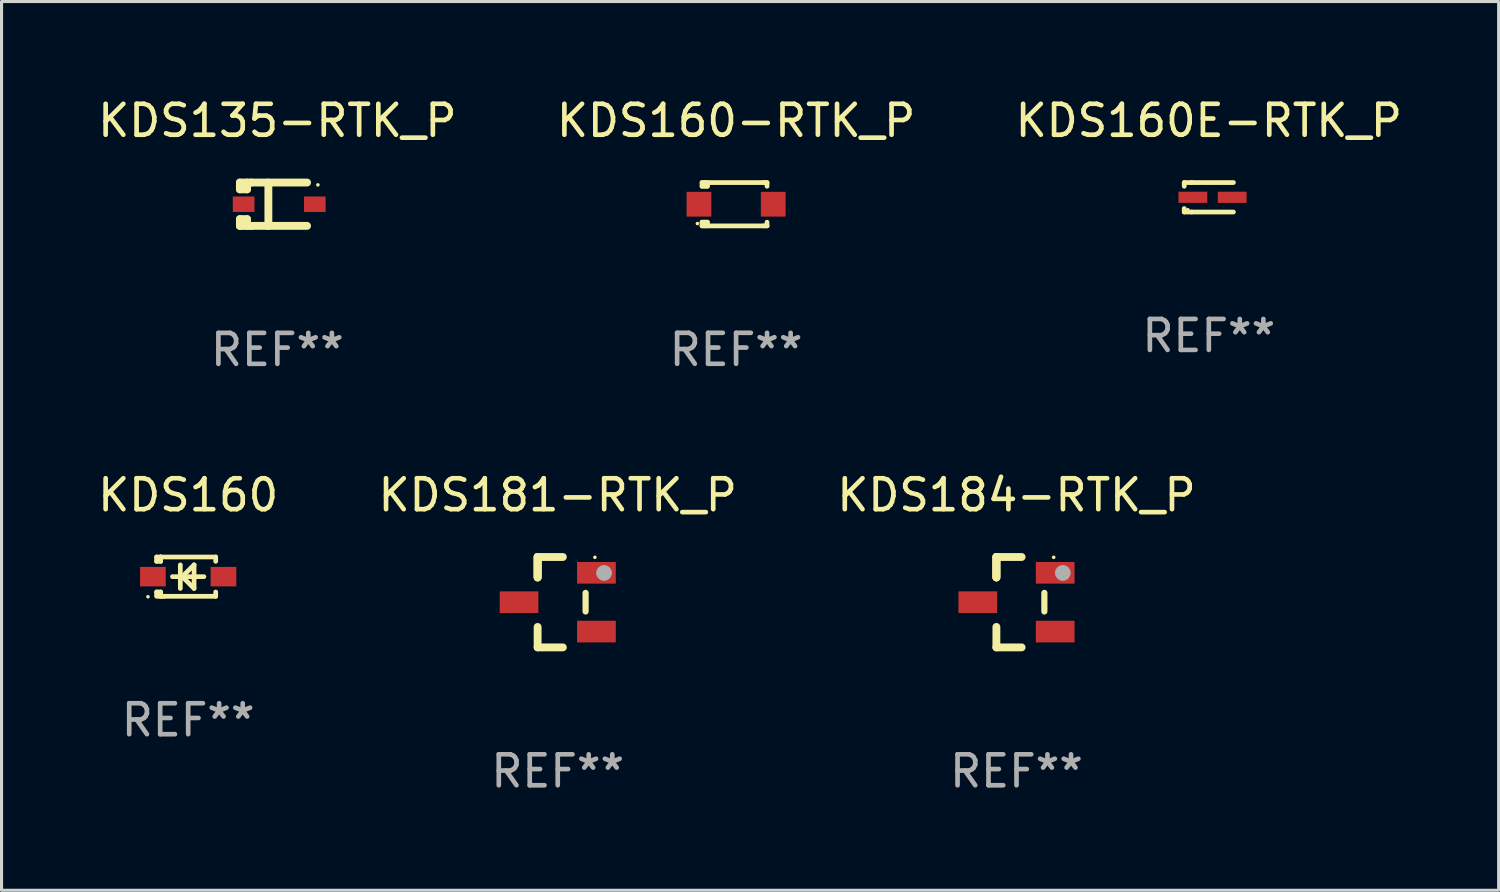
<source format=kicad_pcb>
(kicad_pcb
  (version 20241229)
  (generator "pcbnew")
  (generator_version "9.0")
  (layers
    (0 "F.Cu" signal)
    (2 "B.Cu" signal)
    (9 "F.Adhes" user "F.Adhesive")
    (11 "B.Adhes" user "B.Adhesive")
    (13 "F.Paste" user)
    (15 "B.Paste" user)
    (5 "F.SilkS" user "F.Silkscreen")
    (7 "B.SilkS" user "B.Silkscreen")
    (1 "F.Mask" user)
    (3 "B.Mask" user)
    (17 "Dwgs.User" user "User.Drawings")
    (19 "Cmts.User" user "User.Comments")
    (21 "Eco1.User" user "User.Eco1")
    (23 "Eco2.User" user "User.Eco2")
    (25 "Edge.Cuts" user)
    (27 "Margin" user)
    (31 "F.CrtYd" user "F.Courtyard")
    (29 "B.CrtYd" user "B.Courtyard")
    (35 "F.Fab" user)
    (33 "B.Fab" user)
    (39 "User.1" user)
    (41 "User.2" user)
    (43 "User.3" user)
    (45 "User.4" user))
  (footprint "KDS135-RTK_P"
    (layer "F.Cu")
    (at 5.911 3.549)
    (property "Reference" "KDS135-RTK_P" (at 0 -2.701 0) (layer "F.SilkS") (effects (font (size 1 1) (thickness 0.15))))
    (attr through_hole)
    (fp_line (start -1.21 -0.701) (end -1.21 -0.482) (stroke (width 0.254) (type solid)) (layer "F.SilkS"))
    (fp_line (start -1.21 0.48) (end -1.21 0.701) (stroke (width 0.254) (type solid)) (layer "F.SilkS"))
    (fp_line (start -1.21 0.48) (end -0.98 0.48) (stroke (width 0.254) (type solid)) (layer "F.SilkS"))
    (fp_line (start -1.21 0.701) (end -0.839 0.701) (stroke (width 0.254) (type solid)) (layer "F.SilkS"))
    (fp_line (start -0.98 -0.701) (end -0.98 -0.482) (stroke (width 0.254) (type solid)) (layer "F.SilkS"))
    (fp_line (start -0.98 -0.482) (end -1.21 -0.482) (stroke (width 0.254) (type solid)) (layer "F.SilkS"))
    (fp_line (start -0.98 0.481) (end -0.98 0.701) (stroke (width 0.254) (type solid)) (layer "F.SilkS"))
    (fp_line (start -0.84 -0.701) (end -1.21 -0.701) (stroke (width 0.254) (type solid)) (layer "F.SilkS"))
    (fp_line (start -0.84 -0.701) (end 0.96 -0.701) (stroke (width 0.254) (type solid)) (layer "F.SilkS"))
    (fp_line (start -0.84 0.699) (end 0.96 0.699) (stroke (width 0.254) (type solid)) (layer "F.SilkS"))
    (fp_line (start -0.29 0.699) (end -0.29 -0.701) (stroke (width 0.254) (type solid)) (layer "F.SilkS"))
    (fp_circle (center 1.31 -0.626) (end 1.34 -0.626) (stroke (width 0.06) (type solid)) (fill no) (layer "F.SilkS"))
    (fp_text user "REF**" (at 0 4.701 0) (layer "F.Fab") (effects (font (size 1 1) (thickness 0.15))))
    (pad "1" smd rect (at 1.21 -0.001 180) (size 0.7 0.5) (layers "F.Cu" "F.Mask" "F.Paste"))
    (pad "2" smd rect (at -1.09 -0.001 180) (size 0.7 0.5) (layers "F.Cu" "F.Mask" "F.Paste")))
  (footprint "KDS160-RTK_P"
    (layer "F.Cu")
    (at 20.732 3.548)
    (property "Reference" "KDS160-RTK_P" (at 0 -2.7 0) (layer "F.SilkS") (effects (font (size 1 1) (thickness 0.15))))
    (attr through_hole)
    (fp_line (start -1.1 -0.7) (end -1.1 -0.58) (stroke (width 0.152) (type solid)) (layer "F.SilkS"))
    (fp_line (start -1.1 0.58) (end -1.1 0.7) (stroke (width 0.152) (type solid)) (layer "F.SilkS"))
    (fp_line (start -1.1 0.58) (end -0.927 0.58) (stroke (width 0.152) (type solid)) (layer "F.SilkS"))
    (fp_line (start -1.1 0.7) (end 0.9 0.7) (stroke (width 0.152) (type solid)) (layer "F.SilkS"))
    (fp_line (start -1.014 -0.58) (end -1.014 -0.7) (stroke (width 0.152) (type solid)) (layer "F.SilkS"))
    (fp_line (start -1.014 0.7) (end -1.014 0.58) (stroke (width 0.152) (type solid)) (layer "F.SilkS"))
    (fp_line (start -0.927 -0.7) (end -0.927 -0.58) (stroke (width 0.152) (type solid)) (layer "F.SilkS"))
    (fp_line (start -0.927 -0.58) (end -1.1 -0.58) (stroke (width 0.152) (type solid)) (layer "F.SilkS"))
    (fp_line (start -0.927 0.58) (end -0.927 0.7) (stroke (width 0.152) (type solid)) (layer "F.SilkS"))
    (fp_line (start 0.9 -0.7) (end -1.1 -0.7) (stroke (width 0.152) (type solid)) (layer "F.SilkS"))
    (fp_line (start 0.9 0.7) (end 1 0.7) (stroke (width 0.152) (type solid)) (layer "F.SilkS"))
    (fp_line (start 1 -0.7) (end 0.9 -0.7) (stroke (width 0.152) (type solid)) (layer "F.SilkS"))
    (fp_line (start 1 -0.58) (end 1 -0.7) (stroke (width 0.152) (type solid)) (layer "F.SilkS"))
    (fp_line (start 1 0.7) (end 1 0.58) (stroke (width 0.152) (type solid)) (layer "F.SilkS"))
    (fp_circle (center -1.25 0.625) (end -1.22 0.625) (stroke (width 0.06) (type solid)) (fill no) (layer "F.SilkS"))
    (fp_text user "REF**" (at 0 4.7 0) (layer "F.Fab") (effects (font (size 1 1) (thickness 0.15))))
    (pad "1" smd rect (at -1.2 0) (size 0.8 0.8) (layers "F.Cu" "F.Mask" "F.Paste"))
    (pad "2" smd rect (at 1.2 0) (size 0.8 0.8) (layers "F.Cu" "F.Mask" "F.Paste")))
  (footprint "KDS160"
    (layer "F.Cu")
    (at 3.03 15.581)
    (property "Reference" "KDS160" (at 0 -2.635 0) (layer "F.SilkS") (effects (font (size 1 1) (thickness 0.15))))
    (attr through_hole)
    (fp_line (start -1.02 -0.635) (end -1.02 -0.495) (stroke (width 0.152) (type solid)) (layer "F.SilkS"))
    (fp_line (start -1.02 -0.495) (end -0.889 -0.495) (stroke (width 0.152) (type solid)) (layer "F.SilkS"))
    (fp_line (start -1.02 0.495) (end -1.02 0.62) (stroke (width 0.152) (type solid)) (layer "F.SilkS"))
    (fp_line (start -1.02 0.495) (end -0.889 0.495) (stroke (width 0.152) (type solid)) (layer "F.SilkS"))
    (fp_line (start -0.889 -0.635) (end -1.02 -0.635) (stroke (width 0.152) (type solid)) (layer "F.SilkS"))
    (fp_line (start -0.889 -0.635) (end -0.889 -0.595) (stroke (width 0.152) (type solid)) (layer "F.SilkS"))
    (fp_line (start -0.889 -0.635) (end 0.889 -0.635) (stroke (width 0.152) (type solid)) (layer "F.SilkS"))
    (fp_line (start -0.889 -0.495) (end -0.889 -0.635) (stroke (width 0.152) (type solid)) (layer "F.SilkS"))
    (fp_line (start -0.889 0.595) (end -0.889 0.495) (stroke (width 0.152) (type solid)) (layer "F.SilkS"))
    (fp_line (start -0.889 0.595) (end -0.889 0.635) (stroke (width 0.152) (type solid)) (layer "F.SilkS"))
    (fp_line (start -0.889 0.635) (end 0.889 0.635) (stroke (width 0.152) (type solid)) (layer "F.SilkS"))
    (fp_line (start -0.776 0.635) (end -1.014 0.635) (stroke (width 0.152) (type solid)) (layer "F.SilkS"))
    (fp_line (start -0.254 -0.381) (end -0.254 0.381) (stroke (width 0.152) (type solid)) (layer "F.SilkS"))
    (fp_line (start -0.191 0) (end 0.19 -0.381) (stroke (width 0.152) (type solid)) (layer "F.SilkS"))
    (fp_line (start 0.19 -0.381) (end 0.19 0.381) (stroke (width 0.152) (type solid)) (layer "F.SilkS"))
    (fp_line (start 0.19 0.381) (end -0.191 0) (stroke (width 0.152) (type solid)) (layer "F.SilkS"))
    (fp_line (start 0.508 0) (end -0.508 0) (stroke (width 0.152) (type solid)) (layer "F.SilkS"))
    (fp_line (start 0.889 -0.635) (end 0.889 -0.495) (stroke (width 0.152) (type solid)) (layer "F.SilkS"))
    (fp_line (start 0.889 0.495) (end 0.889 0.635) (stroke (width 0.152) (type solid)) (layer "F.SilkS"))
    (fp_circle (center -1.3 0.65) (end -1.27 0.65) (stroke (width 0.06) (type solid)) (fill no) (layer "F.SilkS"))
    (fp_text user "REF**" (at 0 4.635 0) (layer "F.Fab") (effects (font (size 1 1) (thickness 0.15))))
    (pad "1" smd rect (at -1.14 0 90) (size 0.63 0.83) (layers "F.Cu" "F.Mask" "F.Paste"))
    (pad "2" smd rect (at 1.14 0 90) (size 0.63 0.83) (layers "F.Cu" "F.Mask" "F.Paste")))
  (footprint "KDS160E-RTK_P"
    (layer "F.Cu")
    (at 36.006 3.324)
    (property "Reference" "KDS160E-RTK_P" (at 0 -2.476 0) (layer "F.SilkS") (effects (font (size 1 1) (thickness 0.15))))
    (attr through_hole)
    (fp_line (start -0.795 -0.476) (end -0.795 -0.356) (stroke (width 0.152) (type solid)) (layer "F.SilkS"))
    (fp_line (start -0.795 0.363) (end -0.795 0.476) (stroke (width 0.152) (type solid)) (layer "F.SilkS"))
    (fp_line (start -0.795 0.476) (end -0.557 0.476) (stroke (width 0.152) (type solid)) (layer "F.SilkS"))
    (fp_line (start -0.557 -0.476) (end -0.795 -0.476) (stroke (width 0.152) (type solid)) (layer "F.SilkS"))
    (fp_line (start -0.557 -0.476) (end 0.795 -0.476) (stroke (width 0.152) (type solid)) (layer "F.SilkS"))
    (fp_line (start -0.557 0.476) (end 0.795 0.476) (stroke (width 0.152) (type solid)) (layer "F.SilkS"))
    (fp_circle (center -0.681 0.4) (end -0.651 0.4) (stroke (width 0.06) (type solid)) (fill no) (layer "F.SilkS"))
    (fp_text user "REF**" (at 0 4.476 0) (layer "F.Fab") (effects (font (size 1 1) (thickness 0.15))))
    (pad "1" smd rect (at -0.516 0 180) (size 0.93 0.36) (layers "F.Cu" "F.Mask" "F.Paste"))
    (pad "2" smd rect (at 0.754 0 180) (size 0.93 0.36) (layers "F.Cu" "F.Mask" "F.Paste")))
  (footprint "KDS184-RTK_P"
    (layer "F.Cu")
    (at 29.792 16.406)
    (property "Reference" "KDS184-RTK_P" (at 0 -3.46 0) (layer "F.SilkS") (effects (font (size 1 1) (thickness 0.15))))
    (attr through_hole)
    (fp_line (start -0.65 -1.46) (end -0.65 -0.8) (stroke (width 0.254) (type solid)) (layer "F.SilkS"))
    (fp_line (start -0.65 -1.46) (end 0.165 -1.46) (stroke (width 0.254) (type solid)) (layer "F.SilkS"))
    (fp_line (start -0.65 -0.8) (end -0.65 -1.46) (stroke (width 0.254) (type solid)) (layer "F.SilkS"))
    (fp_line (start -0.65 -0.8) (end -0.65 -1.46) (stroke (width 0.254) (type solid)) (layer "F.SilkS"))
    (fp_line (start -0.65 1.46) (end -0.65 0.8) (stroke (width 0.254) (type solid)) (layer "F.SilkS"))
    (fp_line (start 0.165 1.46) (end -0.65 1.46) (stroke (width 0.254) (type solid)) (layer "F.SilkS"))
    (fp_line (start 0.9 0.3) (end 0.9 -0.3) (stroke (width 0.2) (type solid)) (layer "F.SilkS"))
    (fp_circle (center 1.2 -1.45) (end 1.23 -1.45) (stroke (width 0.06) (type solid)) (fill no) (layer "F.SilkS"))
    (fp_circle (center 1.496 -0.945) (end 1.623 -0.945) (stroke (width 0.254) (type solid)) (fill no) (layer "F.Fab"))
    (fp_text user "REF**" (at 0 5.46 0) (layer "F.Fab") (effects (font (size 1 1) (thickness 0.15))))
    (pad "1" smd rect (at 1.25 -0.95 270) (size 0.7 1.25) (layers "F.Cu" "F.Mask" "F.Paste"))
    (pad "2" smd rect (at 1.25 0.95 270) (size 0.7 1.25) (layers "F.Cu" "F.Mask" "F.Paste"))
    (pad "3" smd rect (at -1.25 0 270) (size 0.7 1.25) (layers "F.Cu" "F.Mask" "F.Paste")))
  (footprint "KDS181-RTK_P"
    (layer "F.Cu")
    (at 14.97 16.406)
    (property "Reference" "KDS181-RTK_P" (at 0 -3.46 0) (layer "F.SilkS") (effects (font (size 1 1) (thickness 0.15))))
    (attr through_hole)
    (fp_line (start -0.65 -1.46) (end -0.65 -0.8) (stroke (width 0.254) (type solid)) (layer "F.SilkS"))
    (fp_line (start -0.65 -1.46) (end 0.165 -1.46) (stroke (width 0.254) (type solid)) (layer "F.SilkS"))
    (fp_line (start -0.65 -0.8) (end -0.65 -1.46) (stroke (width 0.254) (type solid)) (layer "F.SilkS"))
    (fp_line (start -0.65 -0.8) (end -0.65 -1.46) (stroke (width 0.254) (type solid)) (layer "F.SilkS"))
    (fp_line (start -0.65 1.46) (end -0.65 0.8) (stroke (width 0.254) (type solid)) (layer "F.SilkS"))
    (fp_line (start 0.165 1.46) (end -0.65 1.46) (stroke (width 0.254) (type solid)) (layer "F.SilkS"))
    (fp_line (start 0.9 0.3) (end 0.9 -0.3) (stroke (width 0.2) (type solid)) (layer "F.SilkS"))
    (fp_circle (center 1.2 -1.45) (end 1.23 -1.45) (stroke (width 0.06) (type solid)) (fill no) (layer "F.SilkS"))
    (fp_circle (center 1.496 -0.945) (end 1.623 -0.945) (stroke (width 0.254) (type solid)) (fill no) (layer "F.Fab"))
    (fp_text user "REF**" (at 0 5.46 0) (layer "F.Fab") (effects (font (size 1 1) (thickness 0.15))))
    (pad "1" smd rect (at 1.25 -0.95 270) (size 0.7 1.25) (layers "F.Cu" "F.Mask" "F.Paste"))
    (pad "2" smd rect (at 1.25 0.95 270) (size 0.7 1.25) (layers "F.Cu" "F.Mask" "F.Paste"))
    (pad "3" smd rect (at -1.25 0 270) (size 0.7 1.25) (layers "F.Cu" "F.Mask" "F.Paste")))
  (gr_rect
    (start -3 -3)
    (end 45.369 25.714)
    (stroke (width 0.1) (type default))
    (fill no)
    (layer "Edge.Cuts")))
</source>
